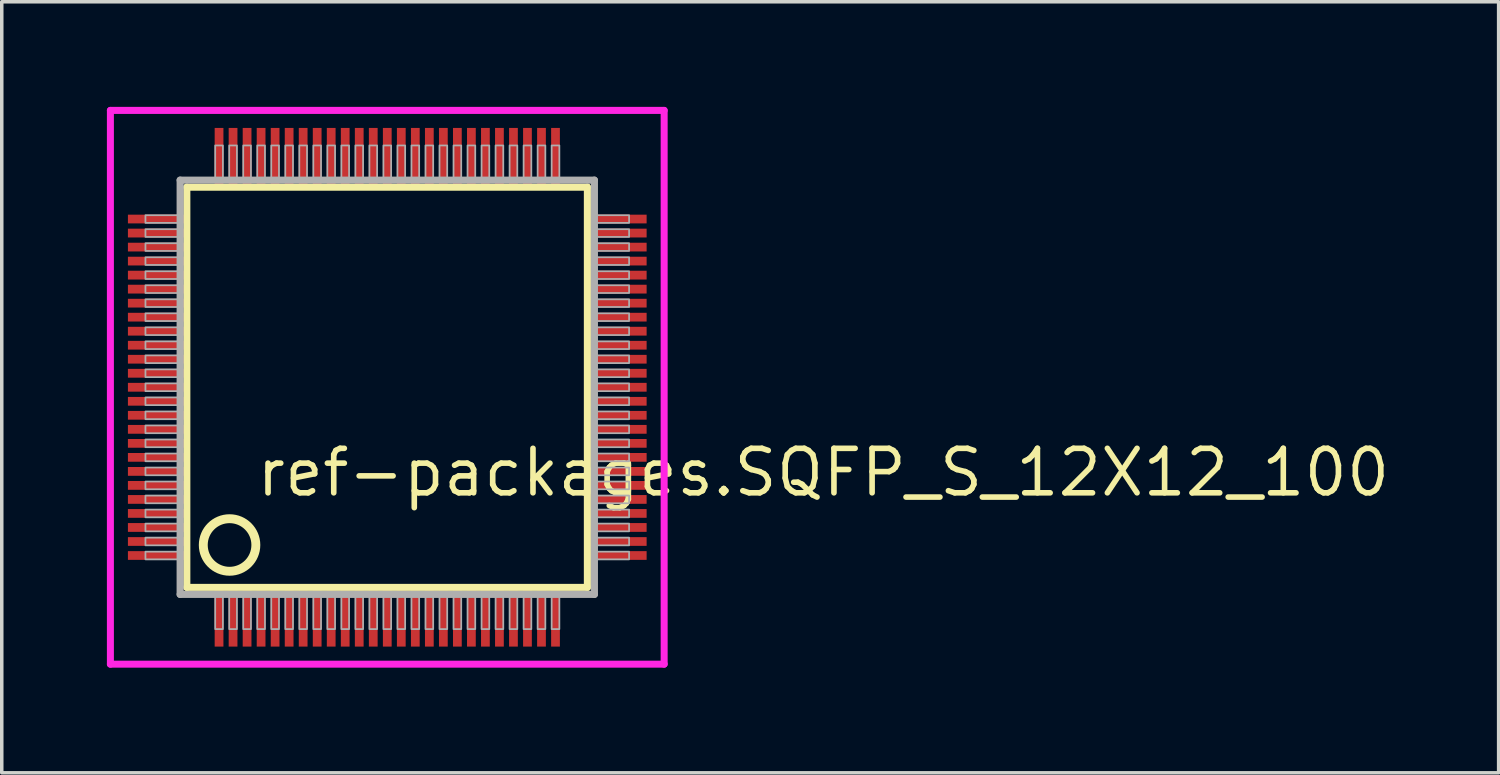
<source format=kicad_pcb>
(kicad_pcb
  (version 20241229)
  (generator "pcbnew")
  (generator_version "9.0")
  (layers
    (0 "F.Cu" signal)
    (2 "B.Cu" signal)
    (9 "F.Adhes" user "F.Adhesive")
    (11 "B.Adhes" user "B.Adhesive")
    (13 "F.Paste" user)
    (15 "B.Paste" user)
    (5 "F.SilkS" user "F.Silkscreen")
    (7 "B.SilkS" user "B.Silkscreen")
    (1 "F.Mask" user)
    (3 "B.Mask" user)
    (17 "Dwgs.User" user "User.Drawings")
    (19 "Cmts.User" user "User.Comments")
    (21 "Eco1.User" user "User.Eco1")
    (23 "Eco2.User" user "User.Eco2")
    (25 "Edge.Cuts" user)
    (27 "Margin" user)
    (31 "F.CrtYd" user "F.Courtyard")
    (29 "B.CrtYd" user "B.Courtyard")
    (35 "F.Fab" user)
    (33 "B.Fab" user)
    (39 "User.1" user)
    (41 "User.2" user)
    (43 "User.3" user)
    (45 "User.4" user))
  (footprint "ref-packages.SQFP_S_12X12_100"
    (layer "F.Cu")
    (at 8 8)
    (property "Reference" "ref-packages.SQFP_S_12X12_100" (at -3.81 3.175 0) (layer "F.SilkS") (effects (font (size 1.27 1.27) (thickness 0.16)) (justify left bottom)))
    (attr smd)
    (fp_line (start -5.72 -5.71) (end 5.71 -5.71) (stroke (width 0.203) (type default)) (layer "F.SilkS"))
    (fp_line (start -5.72 5.71) (end -5.72 -5.71) (stroke (width 0.203) (type default)) (layer "F.SilkS"))
    (fp_line (start 5.71 -5.71) (end 5.71 5.71) (stroke (width 0.203) (type default)) (layer "F.SilkS"))
    (fp_line (start 5.71 5.71) (end -5.72 5.71) (stroke (width 0.203) (type default)) (layer "F.SilkS"))
    (fp_circle (center -4.5 4.5) (end -3.75 4.5) (stroke (width 0.254) (type default)) (fill no) (layer "F.SilkS"))
    (fp_line (start -7.9 -7.9) (end 7.9 -7.9) (stroke (width 0.2) (type default)) (layer "F.CrtYd"))
    (fp_line (start -7.9 7.9) (end -7.9 -7.9) (stroke (width 0.2) (type default)) (layer "F.CrtYd"))
    (fp_line (start 7.9 -7.9) (end 7.9 7.9) (stroke (width 0.2) (type default)) (layer "F.CrtYd"))
    (fp_line (start 7.9 7.9) (end -7.9 7.9) (stroke (width 0.2) (type default)) (layer "F.CrtYd"))
    (fp_line (start -5.91 -5.91) (end -5.91 5.91) (stroke (width 0.203) (type default)) (layer "F.Fab"))
    (fp_line (start -5.91 5.91) (end 5.91 5.91) (stroke (width 0.203) (type default)) (layer "F.Fab"))
    (fp_line (start 5.91 -5.91) (end -5.91 -5.91) (stroke (width 0.203) (type default)) (layer "F.Fab"))
    (fp_line (start 5.91 5.91) (end 5.91 -5.91) (stroke (width 0.203) (type default)) (layer "F.Fab"))
    (fp_rect (start -6.9 -4.69) (end -5.95 -4.91) (stroke (width 0.05) (type default)) (fill no) (layer "F.Fab"))
    (fp_rect (start -6.9 -4.29) (end -5.95 -4.51) (stroke (width 0.05) (type default)) (fill no) (layer "F.Fab"))
    (fp_rect (start -6.9 -3.89) (end -5.95 -4.11) (stroke (width 0.05) (type default)) (fill no) (layer "F.Fab"))
    (fp_rect (start -6.9 -3.49) (end -5.95 -3.71) (stroke (width 0.05) (type default)) (fill no) (layer "F.Fab"))
    (fp_rect (start -6.9 -3.09) (end -5.95 -3.31) (stroke (width 0.05) (type default)) (fill no) (layer "F.Fab"))
    (fp_rect (start -6.9 -2.69) (end -5.95 -2.91) (stroke (width 0.05) (type default)) (fill no) (layer "F.Fab"))
    (fp_rect (start -6.9 -2.29) (end -5.95 -2.51) (stroke (width 0.05) (type default)) (fill no) (layer "F.Fab"))
    (fp_rect (start -6.9 -1.89) (end -5.95 -2.11) (stroke (width 0.05) (type default)) (fill no) (layer "F.Fab"))
    (fp_rect (start -6.9 -1.49) (end -5.95 -1.71) (stroke (width 0.05) (type default)) (fill no) (layer "F.Fab"))
    (fp_rect (start -6.9 -1.09) (end -5.95 -1.31) (stroke (width 0.05) (type default)) (fill no) (layer "F.Fab"))
    (fp_rect (start -6.9 -0.69) (end -5.95 -0.91) (stroke (width 0.05) (type default)) (fill no) (layer "F.Fab"))
    (fp_rect (start -6.9 -0.29) (end -5.95 -0.51) (stroke (width 0.05) (type default)) (fill no) (layer "F.Fab"))
    (fp_rect (start -6.9 0.11) (end -5.95 -0.11) (stroke (width 0.05) (type default)) (fill no) (layer "F.Fab"))
    (fp_rect (start -6.9 0.51) (end -5.95 0.29) (stroke (width 0.05) (type default)) (fill no) (layer "F.Fab"))
    (fp_rect (start -6.9 0.91) (end -5.95 0.69) (stroke (width 0.05) (type default)) (fill no) (layer "F.Fab"))
    (fp_rect (start -6.9 1.31) (end -5.95 1.09) (stroke (width 0.05) (type default)) (fill no) (layer "F.Fab"))
    (fp_rect (start -6.9 1.71) (end -5.95 1.49) (stroke (width 0.05) (type default)) (fill no) (layer "F.Fab"))
    (fp_rect (start -6.9 2.11) (end -5.95 1.89) (stroke (width 0.05) (type default)) (fill no) (layer "F.Fab"))
    (fp_rect (start -6.9 2.51) (end -5.95 2.29) (stroke (width 0.05) (type default)) (fill no) (layer "F.Fab"))
    (fp_rect (start -6.9 2.91) (end -5.95 2.69) (stroke (width 0.05) (type default)) (fill no) (layer "F.Fab"))
    (fp_rect (start -6.9 3.31) (end -5.95 3.09) (stroke (width 0.05) (type default)) (fill no) (layer "F.Fab"))
    (fp_rect (start -6.9 3.71) (end -5.95 3.49) (stroke (width 0.05) (type default)) (fill no) (layer "F.Fab"))
    (fp_rect (start -6.9 4.11) (end -5.95 3.89) (stroke (width 0.05) (type default)) (fill no) (layer "F.Fab"))
    (fp_rect (start -6.9 4.51) (end -5.95 4.29) (stroke (width 0.05) (type default)) (fill no) (layer "F.Fab"))
    (fp_rect (start -6.9 4.91) (end -5.95 4.69) (stroke (width 0.05) (type default)) (fill no) (layer "F.Fab"))
    (fp_rect (start -4.91 -5.95) (end -4.69 -6.9) (stroke (width 0.05) (type default)) (fill no) (layer "F.Fab"))
    (fp_rect (start -4.91 6.9) (end -4.69 5.95) (stroke (width 0.05) (type default)) (fill no) (layer "F.Fab"))
    (fp_rect (start -4.51 -5.95) (end -4.29 -6.9) (stroke (width 0.05) (type default)) (fill no) (layer "F.Fab"))
    (fp_rect (start -4.51 6.9) (end -4.29 5.95) (stroke (width 0.05) (type default)) (fill no) (layer "F.Fab"))
    (fp_rect (start -4.11 -5.95) (end -3.89 -6.9) (stroke (width 0.05) (type default)) (fill no) (layer "F.Fab"))
    (fp_rect (start -4.11 6.9) (end -3.89 5.95) (stroke (width 0.05) (type default)) (fill no) (layer "F.Fab"))
    (fp_rect (start -3.71 -5.95) (end -3.49 -6.9) (stroke (width 0.05) (type default)) (fill no) (layer "F.Fab"))
    (fp_rect (start -3.71 6.9) (end -3.49 5.95) (stroke (width 0.05) (type default)) (fill no) (layer "F.Fab"))
    (fp_rect (start -3.31 -5.95) (end -3.09 -6.9) (stroke (width 0.05) (type default)) (fill no) (layer "F.Fab"))
    (fp_rect (start -3.31 6.9) (end -3.09 5.95) (stroke (width 0.05) (type default)) (fill no) (layer "F.Fab"))
    (fp_rect (start -2.91 -5.95) (end -2.69 -6.9) (stroke (width 0.05) (type default)) (fill no) (layer "F.Fab"))
    (fp_rect (start -2.91 6.9) (end -2.69 5.95) (stroke (width 0.05) (type default)) (fill no) (layer "F.Fab"))
    (fp_rect (start -2.51 -5.95) (end -2.29 -6.9) (stroke (width 0.05) (type default)) (fill no) (layer "F.Fab"))
    (fp_rect (start -2.51 6.9) (end -2.29 5.95) (stroke (width 0.05) (type default)) (fill no) (layer "F.Fab"))
    (fp_rect (start -2.11 -5.95) (end -1.89 -6.9) (stroke (width 0.05) (type default)) (fill no) (layer "F.Fab"))
    (fp_rect (start -2.11 6.9) (end -1.89 5.95) (stroke (width 0.05) (type default)) (fill no) (layer "F.Fab"))
    (fp_rect (start -1.71 -5.95) (end -1.49 -6.9) (stroke (width 0.05) (type default)) (fill no) (layer "F.Fab"))
    (fp_rect (start -1.71 6.9) (end -1.49 5.95) (stroke (width 0.05) (type default)) (fill no) (layer "F.Fab"))
    (fp_rect (start -1.31 -5.95) (end -1.09 -6.9) (stroke (width 0.05) (type default)) (fill no) (layer "F.Fab"))
    (fp_rect (start -1.31 6.9) (end -1.09 5.95) (stroke (width 0.05) (type default)) (fill no) (layer "F.Fab"))
    (fp_rect (start -0.91 -5.95) (end -0.69 -6.9) (stroke (width 0.05) (type default)) (fill no) (layer "F.Fab"))
    (fp_rect (start -0.91 6.9) (end -0.69 5.95) (stroke (width 0.05) (type default)) (fill no) (layer "F.Fab"))
    (fp_rect (start -0.51 -5.95) (end -0.29 -6.9) (stroke (width 0.05) (type default)) (fill no) (layer "F.Fab"))
    (fp_rect (start -0.51 6.9) (end -0.29 5.95) (stroke (width 0.05) (type default)) (fill no) (layer "F.Fab"))
    (fp_rect (start -0.11 -5.95) (end 0.11 -6.9) (stroke (width 0.05) (type default)) (fill no) (layer "F.Fab"))
    (fp_rect (start -0.11 6.9) (end 0.11 5.95) (stroke (width 0.05) (type default)) (fill no) (layer "F.Fab"))
    (fp_rect (start 0.29 -5.95) (end 0.51 -6.9) (stroke (width 0.05) (type default)) (fill no) (layer "F.Fab"))
    (fp_rect (start 0.29 6.9) (end 0.51 5.95) (stroke (width 0.05) (type default)) (fill no) (layer "F.Fab"))
    (fp_rect (start 0.69 -5.95) (end 0.91 -6.9) (stroke (width 0.05) (type default)) (fill no) (layer "F.Fab"))
    (fp_rect (start 0.69 6.9) (end 0.91 5.95) (stroke (width 0.05) (type default)) (fill no) (layer "F.Fab"))
    (fp_rect (start 1.09 -5.95) (end 1.31 -6.9) (stroke (width 0.05) (type default)) (fill no) (layer "F.Fab"))
    (fp_rect (start 1.09 6.9) (end 1.31 5.95) (stroke (width 0.05) (type default)) (fill no) (layer "F.Fab"))
    (fp_rect (start 1.49 -5.95) (end 1.71 -6.9) (stroke (width 0.05) (type default)) (fill no) (layer "F.Fab"))
    (fp_rect (start 1.49 6.9) (end 1.71 5.95) (stroke (width 0.05) (type default)) (fill no) (layer "F.Fab"))
    (fp_rect (start 1.89 -5.95) (end 2.11 -6.9) (stroke (width 0.05) (type default)) (fill no) (layer "F.Fab"))
    (fp_rect (start 1.89 6.9) (end 2.11 5.95) (stroke (width 0.05) (type default)) (fill no) (layer "F.Fab"))
    (fp_rect (start 2.29 -5.95) (end 2.51 -6.9) (stroke (width 0.05) (type default)) (fill no) (layer "F.Fab"))
    (fp_rect (start 2.29 6.9) (end 2.51 5.95) (stroke (width 0.05) (type default)) (fill no) (layer "F.Fab"))
    (fp_rect (start 2.69 -5.95) (end 2.91 -6.9) (stroke (width 0.05) (type default)) (fill no) (layer "F.Fab"))
    (fp_rect (start 2.69 6.9) (end 2.91 5.95) (stroke (width 0.05) (type default)) (fill no) (layer "F.Fab"))
    (fp_rect (start 3.09 -5.95) (end 3.31 -6.9) (stroke (width 0.05) (type default)) (fill no) (layer "F.Fab"))
    (fp_rect (start 3.09 6.9) (end 3.31 5.95) (stroke (width 0.05) (type default)) (fill no) (layer "F.Fab"))
    (fp_rect (start 3.49 -5.95) (end 3.71 -6.9) (stroke (width 0.05) (type default)) (fill no) (layer "F.Fab"))
    (fp_rect (start 3.49 6.9) (end 3.71 5.95) (stroke (width 0.05) (type default)) (fill no) (layer "F.Fab"))
    (fp_rect (start 3.89 -5.95) (end 4.11 -6.9) (stroke (width 0.05) (type default)) (fill no) (layer "F.Fab"))
    (fp_rect (start 3.89 6.9) (end 4.11 5.95) (stroke (width 0.05) (type default)) (fill no) (layer "F.Fab"))
    (fp_rect (start 4.29 -5.95) (end 4.51 -6.9) (stroke (width 0.05) (type default)) (fill no) (layer "F.Fab"))
    (fp_rect (start 4.29 6.9) (end 4.51 5.95) (stroke (width 0.05) (type default)) (fill no) (layer "F.Fab"))
    (fp_rect (start 4.69 -5.95) (end 4.91 -6.9) (stroke (width 0.05) (type default)) (fill no) (layer "F.Fab"))
    (fp_rect (start 4.69 6.9) (end 4.91 5.95) (stroke (width 0.05) (type default)) (fill no) (layer "F.Fab"))
    (fp_rect (start 5.95 -4.69) (end 6.9 -4.91) (stroke (width 0.05) (type default)) (fill no) (layer "F.Fab"))
    (fp_rect (start 5.95 -4.29) (end 6.9 -4.51) (stroke (width 0.05) (type default)) (fill no) (layer "F.Fab"))
    (fp_rect (start 5.95 -3.89) (end 6.9 -4.11) (stroke (width 0.05) (type default)) (fill no) (layer "F.Fab"))
    (fp_rect (start 5.95 -3.49) (end 6.9 -3.71) (stroke (width 0.05) (type default)) (fill no) (layer "F.Fab"))
    (fp_rect (start 5.95 -3.09) (end 6.9 -3.31) (stroke (width 0.05) (type default)) (fill no) (layer "F.Fab"))
    (fp_rect (start 5.95 -2.69) (end 6.9 -2.91) (stroke (width 0.05) (type default)) (fill no) (layer "F.Fab"))
    (fp_rect (start 5.95 -2.29) (end 6.9 -2.51) (stroke (width 0.05) (type default)) (fill no) (layer "F.Fab"))
    (fp_rect (start 5.95 -1.89) (end 6.9 -2.11) (stroke (width 0.05) (type default)) (fill no) (layer "F.Fab"))
    (fp_rect (start 5.95 -1.49) (end 6.9 -1.71) (stroke (width 0.05) (type default)) (fill no) (layer "F.Fab"))
    (fp_rect (start 5.95 -1.09) (end 6.9 -1.31) (stroke (width 0.05) (type default)) (fill no) (layer "F.Fab"))
    (fp_rect (start 5.95 -0.69) (end 6.9 -0.91) (stroke (width 0.05) (type default)) (fill no) (layer "F.Fab"))
    (fp_rect (start 5.95 -0.29) (end 6.9 -0.51) (stroke (width 0.05) (type default)) (fill no) (layer "F.Fab"))
    (fp_rect (start 5.95 0.11) (end 6.9 -0.11) (stroke (width 0.05) (type default)) (fill no) (layer "F.Fab"))
    (fp_rect (start 5.95 0.51) (end 6.9 0.29) (stroke (width 0.05) (type default)) (fill no) (layer "F.Fab"))
    (fp_rect (start 5.95 0.91) (end 6.9 0.69) (stroke (width 0.05) (type default)) (fill no) (layer "F.Fab"))
    (fp_rect (start 5.95 1.31) (end 6.9 1.09) (stroke (width 0.05) (type default)) (fill no) (layer "F.Fab"))
    (fp_rect (start 5.95 1.71) (end 6.9 1.49) (stroke (width 0.05) (type default)) (fill no) (layer "F.Fab"))
    (fp_rect (start 5.95 2.11) (end 6.9 1.89) (stroke (width 0.05) (type default)) (fill no) (layer "F.Fab"))
    (fp_rect (start 5.95 2.51) (end 6.9 2.29) (stroke (width 0.05) (type default)) (fill no) (layer "F.Fab"))
    (fp_rect (start 5.95 2.91) (end 6.9 2.69) (stroke (width 0.05) (type default)) (fill no) (layer "F.Fab"))
    (fp_rect (start 5.95 3.31) (end 6.9 3.09) (stroke (width 0.05) (type default)) (fill no) (layer "F.Fab"))
    (fp_rect (start 5.95 3.71) (end 6.9 3.49) (stroke (width 0.05) (type default)) (fill no) (layer "F.Fab"))
    (fp_rect (start 5.95 4.11) (end 6.9 3.89) (stroke (width 0.05) (type default)) (fill no) (layer "F.Fab"))
    (fp_rect (start 5.95 4.51) (end 6.9 4.29) (stroke (width 0.05) (type default)) (fill no) (layer "F.Fab"))
    (fp_rect (start 5.95 4.91) (end 6.9 4.69) (stroke (width 0.05) (type default)) (fill no) (layer "F.Fab"))
    (pad "1" smd roundrect (at -4.8 6.6) (size 0.25 1.6) (layers "F.Cu" "F.Mask" "F.Paste") (roundrect_rratio 0.01))
    (pad "2" smd roundrect (at -4.4 6.6) (size 0.25 1.6) (layers "F.Cu" "F.Mask" "F.Paste") (roundrect_rratio 0.01))
    (pad "3" smd roundrect (at -4 6.6) (size 0.25 1.6) (layers "F.Cu" "F.Mask" "F.Paste") (roundrect_rratio 0.01))
    (pad "4" smd roundrect (at -3.6 6.6) (size 0.25 1.6) (layers "F.Cu" "F.Mask" "F.Paste") (roundrect_rratio 0.01))
    (pad "5" smd roundrect (at -3.2 6.6) (size 0.25 1.6) (layers "F.Cu" "F.Mask" "F.Paste") (roundrect_rratio 0.01))
    (pad "6" smd roundrect (at -2.8 6.6) (size 0.25 1.6) (layers "F.Cu" "F.Mask" "F.Paste") (roundrect_rratio 0.01))
    (pad "7" smd roundrect (at -2.4 6.6) (size 0.25 1.6) (layers "F.Cu" "F.Mask" "F.Paste") (roundrect_rratio 0.01))
    (pad "8" smd roundrect (at -2 6.6) (size 0.25 1.6) (layers "F.Cu" "F.Mask" "F.Paste") (roundrect_rratio 0.01))
    (pad "9" smd roundrect (at -1.6 6.6) (size 0.25 1.6) (layers "F.Cu" "F.Mask" "F.Paste") (roundrect_rratio 0.01))
    (pad "10" smd roundrect (at -1.2 6.6) (size 0.25 1.6) (layers "F.Cu" "F.Mask" "F.Paste") (roundrect_rratio 0.01))
    (pad "11" smd roundrect (at -0.8 6.6) (size 0.25 1.6) (layers "F.Cu" "F.Mask" "F.Paste") (roundrect_rratio 0.01))
    (pad "12" smd roundrect (at -0.4 6.6) (size 0.25 1.6) (layers "F.Cu" "F.Mask" "F.Paste") (roundrect_rratio 0.01))
    (pad "13" smd roundrect (at 0 6.6) (size 0.25 1.6) (layers "F.Cu" "F.Mask" "F.Paste") (roundrect_rratio 0.01))
    (pad "14" smd roundrect (at 0.4 6.6) (size 0.25 1.6) (layers "F.Cu" "F.Mask" "F.Paste") (roundrect_rratio 0.01))
    (pad "15" smd roundrect (at 0.8 6.6) (size 0.25 1.6) (layers "F.Cu" "F.Mask" "F.Paste") (roundrect_rratio 0.01))
    (pad "16" smd roundrect (at 1.2 6.6) (size 0.25 1.6) (layers "F.Cu" "F.Mask" "F.Paste") (roundrect_rratio 0.01))
    (pad "17" smd roundrect (at 1.6 6.6) (size 0.25 1.6) (layers "F.Cu" "F.Mask" "F.Paste") (roundrect_rratio 0.01))
    (pad "18" smd roundrect (at 2 6.6) (size 0.25 1.6) (layers "F.Cu" "F.Mask" "F.Paste") (roundrect_rratio 0.01))
    (pad "19" smd roundrect (at 2.4 6.6) (size 0.25 1.6) (layers "F.Cu" "F.Mask" "F.Paste") (roundrect_rratio 0.01))
    (pad "20" smd roundrect (at 2.8 6.6) (size 0.25 1.6) (layers "F.Cu" "F.Mask" "F.Paste") (roundrect_rratio 0.01))
    (pad "21" smd roundrect (at 3.2 6.6) (size 0.25 1.6) (layers "F.Cu" "F.Mask" "F.Paste") (roundrect_rratio 0.01))
    (pad "22" smd roundrect (at 3.6 6.6) (size 0.25 1.6) (layers "F.Cu" "F.Mask" "F.Paste") (roundrect_rratio 0.01))
    (pad "23" smd roundrect (at 4 6.6) (size 0.25 1.6) (layers "F.Cu" "F.Mask" "F.Paste") (roundrect_rratio 0.01))
    (pad "24" smd roundrect (at 4.4 6.6) (size 0.25 1.6) (layers "F.Cu" "F.Mask" "F.Paste") (roundrect_rratio 0.01))
    (pad "25" smd roundrect (at 4.8 6.6) (size 0.25 1.6) (layers "F.Cu" "F.Mask" "F.Paste") (roundrect_rratio 0.01))
    (pad "26" smd roundrect (at 6.6 4.8) (size 1.6 0.25) (layers "F.Cu" "F.Mask" "F.Paste") (roundrect_rratio 0.01))
    (pad "27" smd roundrect (at 6.6 4.4) (size 1.6 0.25) (layers "F.Cu" "F.Mask" "F.Paste") (roundrect_rratio 0.01))
    (pad "28" smd roundrect (at 6.6 4) (size 1.6 0.25) (layers "F.Cu" "F.Mask" "F.Paste") (roundrect_rratio 0.01))
    (pad "29" smd roundrect (at 6.6 3.6) (size 1.6 0.25) (layers "F.Cu" "F.Mask" "F.Paste") (roundrect_rratio 0.01))
    (pad "30" smd roundrect (at 6.6 3.2) (size 1.6 0.25) (layers "F.Cu" "F.Mask" "F.Paste") (roundrect_rratio 0.01))
    (pad "31" smd roundrect (at 6.6 2.8) (size 1.6 0.25) (layers "F.Cu" "F.Mask" "F.Paste") (roundrect_rratio 0.01))
    (pad "32" smd roundrect (at 6.6 2.4) (size 1.6 0.25) (layers "F.Cu" "F.Mask" "F.Paste") (roundrect_rratio 0.01))
    (pad "33" smd roundrect (at 6.6 2) (size 1.6 0.25) (layers "F.Cu" "F.Mask" "F.Paste") (roundrect_rratio 0.01))
    (pad "34" smd roundrect (at 6.6 1.6) (size 1.6 0.25) (layers "F.Cu" "F.Mask" "F.Paste") (roundrect_rratio 0.01))
    (pad "35" smd roundrect (at 6.6 1.2) (size 1.6 0.25) (layers "F.Cu" "F.Mask" "F.Paste") (roundrect_rratio 0.01))
    (pad "36" smd roundrect (at 6.6 0.8) (size 1.6 0.25) (layers "F.Cu" "F.Mask" "F.Paste") (roundrect_rratio 0.01))
    (pad "37" smd roundrect (at 6.6 0.4) (size 1.6 0.25) (layers "F.Cu" "F.Mask" "F.Paste") (roundrect_rratio 0.01))
    (pad "38" smd roundrect (at 6.6 0) (size 1.6 0.25) (layers "F.Cu" "F.Mask" "F.Paste") (roundrect_rratio 0.01))
    (pad "39" smd roundrect (at 6.6 -0.4) (size 1.6 0.25) (layers "F.Cu" "F.Mask" "F.Paste") (roundrect_rratio 0.01))
    (pad "40" smd roundrect (at 6.6 -0.8) (size 1.6 0.25) (layers "F.Cu" "F.Mask" "F.Paste") (roundrect_rratio 0.01))
    (pad "41" smd roundrect (at 6.6 -1.2) (size 1.6 0.25) (layers "F.Cu" "F.Mask" "F.Paste") (roundrect_rratio 0.01))
    (pad "42" smd roundrect (at 6.6 -1.6) (size 1.6 0.25) (layers "F.Cu" "F.Mask" "F.Paste") (roundrect_rratio 0.01))
    (pad "43" smd roundrect (at 6.6 -2) (size 1.6 0.25) (layers "F.Cu" "F.Mask" "F.Paste") (roundrect_rratio 0.01))
    (pad "44" smd roundrect (at 6.6 -2.4) (size 1.6 0.25) (layers "F.Cu" "F.Mask" "F.Paste") (roundrect_rratio 0.01))
    (pad "45" smd roundrect (at 6.6 -2.8) (size 1.6 0.25) (layers "F.Cu" "F.Mask" "F.Paste") (roundrect_rratio 0.01))
    (pad "46" smd roundrect (at 6.6 -3.2) (size 1.6 0.25) (layers "F.Cu" "F.Mask" "F.Paste") (roundrect_rratio 0.01))
    (pad "47" smd roundrect (at 6.6 -3.6) (size 1.6 0.25) (layers "F.Cu" "F.Mask" "F.Paste") (roundrect_rratio 0.01))
    (pad "48" smd roundrect (at 6.6 -4) (size 1.6 0.25) (layers "F.Cu" "F.Mask" "F.Paste") (roundrect_rratio 0.01))
    (pad "49" smd roundrect (at 6.6 -4.4) (size 1.6 0.25) (layers "F.Cu" "F.Mask" "F.Paste") (roundrect_rratio 0.01))
    (pad "50" smd roundrect (at 6.6 -4.8) (size 1.6 0.25) (layers "F.Cu" "F.Mask" "F.Paste") (roundrect_rratio 0.01))
    (pad "51" smd roundrect (at 4.8 -6.6) (size 0.25 1.6) (layers "F.Cu" "F.Mask" "F.Paste") (roundrect_rratio 0.01))
    (pad "52" smd roundrect (at 4.4 -6.6) (size 0.25 1.6) (layers "F.Cu" "F.Mask" "F.Paste") (roundrect_rratio 0.01))
    (pad "53" smd roundrect (at 4 -6.6) (size 0.25 1.6) (layers "F.Cu" "F.Mask" "F.Paste") (roundrect_rratio 0.01))
    (pad "54" smd roundrect (at 3.6 -6.6) (size 0.25 1.6) (layers "F.Cu" "F.Mask" "F.Paste") (roundrect_rratio 0.01))
    (pad "55" smd roundrect (at 3.2 -6.6) (size 0.25 1.6) (layers "F.Cu" "F.Mask" "F.Paste") (roundrect_rratio 0.01))
    (pad "56" smd roundrect (at 2.8 -6.6) (size 0.25 1.6) (layers "F.Cu" "F.Mask" "F.Paste") (roundrect_rratio 0.01))
    (pad "57" smd roundrect (at 2.4 -6.6) (size 0.25 1.6) (layers "F.Cu" "F.Mask" "F.Paste") (roundrect_rratio 0.01))
    (pad "58" smd roundrect (at 2 -6.6) (size 0.25 1.6) (layers "F.Cu" "F.Mask" "F.Paste") (roundrect_rratio 0.01))
    (pad "59" smd roundrect (at 1.6 -6.6) (size 0.25 1.6) (layers "F.Cu" "F.Mask" "F.Paste") (roundrect_rratio 0.01))
    (pad "60" smd roundrect (at 1.2 -6.6) (size 0.25 1.6) (layers "F.Cu" "F.Mask" "F.Paste") (roundrect_rratio 0.01))
    (pad "61" smd roundrect (at 0.8 -6.6) (size 0.25 1.6) (layers "F.Cu" "F.Mask" "F.Paste") (roundrect_rratio 0.01))
    (pad "62" smd roundrect (at 0.4 -6.6) (size 0.25 1.6) (layers "F.Cu" "F.Mask" "F.Paste") (roundrect_rratio 0.01))
    (pad "63" smd roundrect (at 0 -6.6) (size 0.25 1.6) (layers "F.Cu" "F.Mask" "F.Paste") (roundrect_rratio 0.01))
    (pad "64" smd roundrect (at -0.4 -6.6) (size 0.25 1.6) (layers "F.Cu" "F.Mask" "F.Paste") (roundrect_rratio 0.01))
    (pad "65" smd roundrect (at -0.8 -6.6) (size 0.25 1.6) (layers "F.Cu" "F.Mask" "F.Paste") (roundrect_rratio 0.01))
    (pad "66" smd roundrect (at -1.2 -6.6) (size 0.25 1.6) (layers "F.Cu" "F.Mask" "F.Paste") (roundrect_rratio 0.01))
    (pad "67" smd roundrect (at -1.6 -6.6) (size 0.25 1.6) (layers "F.Cu" "F.Mask" "F.Paste") (roundrect_rratio 0.01))
    (pad "68" smd roundrect (at -2 -6.6) (size 0.25 1.6) (layers "F.Cu" "F.Mask" "F.Paste") (roundrect_rratio 0.01))
    (pad "69" smd roundrect (at -2.4 -6.6) (size 0.25 1.6) (layers "F.Cu" "F.Mask" "F.Paste") (roundrect_rratio 0.01))
    (pad "70" smd roundrect (at -2.8 -6.6) (size 0.25 1.6) (layers "F.Cu" "F.Mask" "F.Paste") (roundrect_rratio 0.01))
    (pad "71" smd roundrect (at -3.2 -6.6) (size 0.25 1.6) (layers "F.Cu" "F.Mask" "F.Paste") (roundrect_rratio 0.01))
    (pad "72" smd roundrect (at -3.6 -6.6) (size 0.25 1.6) (layers "F.Cu" "F.Mask" "F.Paste") (roundrect_rratio 0.01))
    (pad "73" smd roundrect (at -4 -6.6) (size 0.25 1.6) (layers "F.Cu" "F.Mask" "F.Paste") (roundrect_rratio 0.01))
    (pad "74" smd roundrect (at -4.4 -6.6) (size 0.25 1.6) (layers "F.Cu" "F.Mask" "F.Paste") (roundrect_rratio 0.01))
    (pad "75" smd roundrect (at -4.8 -6.6) (size 0.25 1.6) (layers "F.Cu" "F.Mask" "F.Paste") (roundrect_rratio 0.01))
    (pad "76" smd roundrect (at -6.6 -4.8) (size 1.6 0.25) (layers "F.Cu" "F.Mask" "F.Paste") (roundrect_rratio 0.01))
    (pad "77" smd roundrect (at -6.6 -4.4) (size 1.6 0.25) (layers "F.Cu" "F.Mask" "F.Paste") (roundrect_rratio 0.01))
    (pad "78" smd roundrect (at -6.6 -4) (size 1.6 0.25) (layers "F.Cu" "F.Mask" "F.Paste") (roundrect_rratio 0.01))
    (pad "79" smd roundrect (at -6.6 -3.6) (size 1.6 0.25) (layers "F.Cu" "F.Mask" "F.Paste") (roundrect_rratio 0.01))
    (pad "80" smd roundrect (at -6.6 -3.2) (size 1.6 0.25) (layers "F.Cu" "F.Mask" "F.Paste") (roundrect_rratio 0.01))
    (pad "81" smd roundrect (at -6.6 -2.8) (size 1.6 0.25) (layers "F.Cu" "F.Mask" "F.Paste") (roundrect_rratio 0.01))
    (pad "82" smd roundrect (at -6.6 -2.4) (size 1.6 0.25) (layers "F.Cu" "F.Mask" "F.Paste") (roundrect_rratio 0.01))
    (pad "83" smd roundrect (at -6.6 -2) (size 1.6 0.25) (layers "F.Cu" "F.Mask" "F.Paste") (roundrect_rratio 0.01))
    (pad "84" smd roundrect (at -6.6 -1.6) (size 1.6 0.25) (layers "F.Cu" "F.Mask" "F.Paste") (roundrect_rratio 0.01))
    (pad "85" smd roundrect (at -6.6 -1.2) (size 1.6 0.25) (layers "F.Cu" "F.Mask" "F.Paste") (roundrect_rratio 0.01))
    (pad "86" smd roundrect (at -6.6 -0.8) (size 1.6 0.25) (layers "F.Cu" "F.Mask" "F.Paste") (roundrect_rratio 0.01))
    (pad "87" smd roundrect (at -6.6 -0.4) (size 1.6 0.25) (layers "F.Cu" "F.Mask" "F.Paste") (roundrect_rratio 0.01))
    (pad "88" smd roundrect (at -6.6 0) (size 1.6 0.25) (layers "F.Cu" "F.Mask" "F.Paste") (roundrect_rratio 0.01))
    (pad "89" smd roundrect (at -6.6 0.4) (size 1.6 0.25) (layers "F.Cu" "F.Mask" "F.Paste") (roundrect_rratio 0.01))
    (pad "90" smd roundrect (at -6.6 0.8) (size 1.6 0.25) (layers "F.Cu" "F.Mask" "F.Paste") (roundrect_rratio 0.01))
    (pad "91" smd roundrect (at -6.6 1.2) (size 1.6 0.25) (layers "F.Cu" "F.Mask" "F.Paste") (roundrect_rratio 0.01))
    (pad "92" smd roundrect (at -6.6 1.6) (size 1.6 0.25) (layers "F.Cu" "F.Mask" "F.Paste") (roundrect_rratio 0.01))
    (pad "93" smd roundrect (at -6.6 2) (size 1.6 0.25) (layers "F.Cu" "F.Mask" "F.Paste") (roundrect_rratio 0.01))
    (pad "94" smd roundrect (at -6.6 2.4) (size 1.6 0.25) (layers "F.Cu" "F.Mask" "F.Paste") (roundrect_rratio 0.01))
    (pad "95" smd roundrect (at -6.6 2.8) (size 1.6 0.25) (layers "F.Cu" "F.Mask" "F.Paste") (roundrect_rratio 0.01))
    (pad "96" smd roundrect (at -6.6 3.2) (size 1.6 0.25) (layers "F.Cu" "F.Mask" "F.Paste") (roundrect_rratio 0.01))
    (pad "97" smd roundrect (at -6.6 3.6) (size 1.6 0.25) (layers "F.Cu" "F.Mask" "F.Paste") (roundrect_rratio 0.01))
    (pad "98" smd roundrect (at -6.6 4) (size 1.6 0.25) (layers "F.Cu" "F.Mask" "F.Paste") (roundrect_rratio 0.01))
    (pad "99" smd roundrect (at -6.6 4.4) (size 1.6 0.25) (layers "F.Cu" "F.Mask" "F.Paste") (roundrect_rratio 0.01))
    (pad "100" smd roundrect (at -6.6 4.8) (size 1.6 0.25) (layers "F.Cu" "F.Mask" "F.Paste") (roundrect_rratio 0.01)))
  (gr_rect
    (start -3 -3)
    (end 39.71 19)
    (stroke (width 0.1) (type default))
    (fill no)
    (layer "Edge.Cuts")))
</source>
